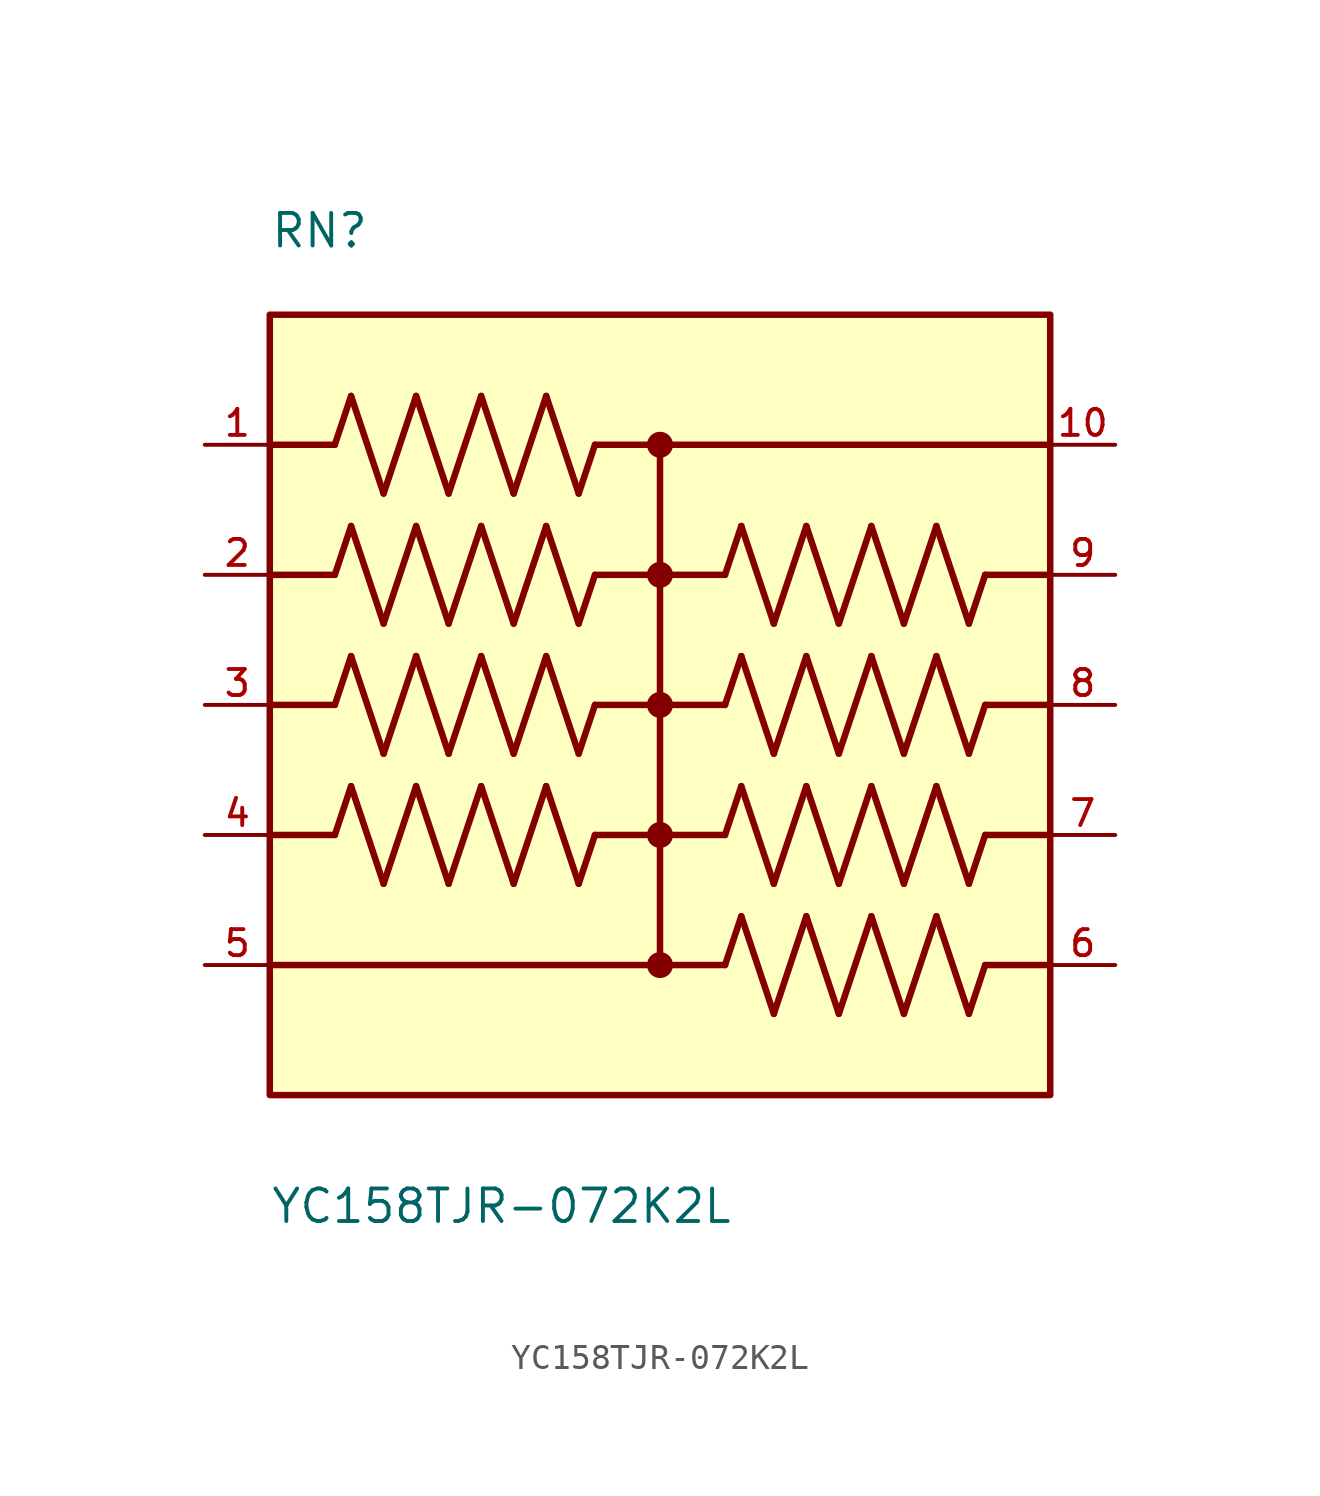
<source format=kicad_sym>
(kicad_symbol_lib
  (version 20241209)
  (generator "kicad_symbol_editor")
  (generator_version "9.0")
  (symbol "YC158TJR-072K2L"
    (pin_names
      (offset 1.016))
    (property "Reference" "RN"
      (at -15.24 17.78 0)
      (effects (font (size 1.27 1.27)) (justify left bottom)))
    (property "Value" "YC158TJR-072K2L"
      (at -15.24 -20.32 0)
      (effects (font (size 1.27 1.27)) (justify left bottom)))
    (symbol "YC158TJR-072K2L_0_0"
      (rectangle (start -15.24 -15.24) (end 15.24 15.24) (stroke (width 0.254) (type default)) (fill (type background)))
      (polyline (pts (xy -12.7 10.16) (xy -15.24 10.16)) (stroke (width 0.254) (type default)) (fill (type none)))
      (polyline (pts (xy -12.7 10.16) (xy -12.065 12.065)) (stroke (width 0.254) (type default)) (fill (type none)))
      (polyline (pts (xy -12.7 5.08) (xy -15.24 5.08)) (stroke (width 0.254) (type default)) (fill (type none)))
      (polyline (pts (xy -12.7 5.08) (xy -12.065 6.985)) (stroke (width 0.254) (type default)) (fill (type none)))
      (polyline (pts (xy -12.7 0) (xy -15.24 0)) (stroke (width 0.254) (type default)) (fill (type none)))
      (polyline (pts (xy -12.7 0) (xy -12.065 1.905)) (stroke (width 0.254) (type default)) (fill (type none)))
      (polyline (pts (xy -12.7 -5.08) (xy -15.24 -5.08)) (stroke (width 0.254) (type default)) (fill (type none)))
      (polyline (pts (xy -12.7 -5.08) (xy -12.065 -3.175)) (stroke (width 0.254) (type default)) (fill (type none)))
      (polyline (pts (xy -12.065 12.065) (xy -10.795 8.255)) (stroke (width 0.254) (type default)) (fill (type none)))
      (polyline (pts (xy -12.065 6.985) (xy -10.795 3.175)) (stroke (width 0.254) (type default)) (fill (type none)))
      (polyline (pts (xy -12.065 1.905) (xy -10.795 -1.905)) (stroke (width 0.254) (type default)) (fill (type none)))
      (polyline (pts (xy -12.065 -3.175) (xy -10.795 -6.985)) (stroke (width 0.254) (type default)) (fill (type none)))
      (polyline (pts (xy -10.795 8.255) (xy -9.525 12.065)) (stroke (width 0.254) (type default)) (fill (type none)))
      (polyline (pts (xy -10.795 3.175) (xy -9.525 6.985)) (stroke (width 0.254) (type default)) (fill (type none)))
      (polyline (pts (xy -10.795 -1.905) (xy -9.525 1.905)) (stroke (width 0.254) (type default)) (fill (type none)))
      (polyline (pts (xy -10.795 -6.985) (xy -9.525 -3.175)) (stroke (width 0.254) (type default)) (fill (type none)))
      (polyline (pts (xy -9.525 12.065) (xy -8.255 8.255)) (stroke (width 0.254) (type default)) (fill (type none)))
      (polyline (pts (xy -9.525 6.985) (xy -8.255 3.175)) (stroke (width 0.254) (type default)) (fill (type none)))
      (polyline (pts (xy -9.525 1.905) (xy -8.255 -1.905)) (stroke (width 0.254) (type default)) (fill (type none)))
      (polyline (pts (xy -9.525 -3.175) (xy -8.255 -6.985)) (stroke (width 0.254) (type default)) (fill (type none)))
      (polyline (pts (xy -8.255 8.255) (xy -6.985 12.065)) (stroke (width 0.254) (type default)) (fill (type none)))
      (polyline (pts (xy -8.255 3.175) (xy -6.985 6.985)) (stroke (width 0.254) (type default)) (fill (type none)))
      (polyline (pts (xy -8.255 -1.905) (xy -6.985 1.905)) (stroke (width 0.254) (type default)) (fill (type none)))
      (polyline (pts (xy -8.255 -6.985) (xy -6.985 -3.175)) (stroke (width 0.254) (type default)) (fill (type none)))
      (polyline (pts (xy -6.985 12.065) (xy -5.715 8.255)) (stroke (width 0.254) (type default)) (fill (type none)))
      (polyline (pts (xy -6.985 6.985) (xy -5.715 3.175)) (stroke (width 0.254) (type default)) (fill (type none)))
      (polyline (pts (xy -6.985 1.905) (xy -5.715 -1.905)) (stroke (width 0.254) (type default)) (fill (type none)))
      (polyline (pts (xy -6.985 -3.175) (xy -5.715 -6.985)) (stroke (width 0.254) (type default)) (fill (type none)))
      (polyline (pts (xy -5.715 8.255) (xy -4.445 12.065)) (stroke (width 0.254) (type default)) (fill (type none)))
      (polyline (pts (xy -5.715 3.175) (xy -4.445 6.985)) (stroke (width 0.254) (type default)) (fill (type none)))
      (polyline (pts (xy -5.715 -1.905) (xy -4.445 1.905)) (stroke (width 0.254) (type default)) (fill (type none)))
      (polyline (pts (xy -5.715 -6.985) (xy -4.445 -3.175)) (stroke (width 0.254) (type default)) (fill (type none)))
      (polyline (pts (xy -4.445 12.065) (xy -3.175 8.255)) (stroke (width 0.254) (type default)) (fill (type none)))
      (polyline (pts (xy -4.445 6.985) (xy -3.175 3.175)) (stroke (width 0.254) (type default)) (fill (type none)))
      (polyline (pts (xy -4.445 1.905) (xy -3.175 -1.905)) (stroke (width 0.254) (type default)) (fill (type none)))
      (polyline (pts (xy -4.445 -3.175) (xy -3.175 -6.985)) (stroke (width 0.254) (type default)) (fill (type none)))
      (polyline (pts (xy -3.175 8.255) (xy -2.54 10.16)) (stroke (width 0.254) (type default)) (fill (type none)))
      (polyline (pts (xy -3.175 3.175) (xy -2.54 5.08)) (stroke (width 0.254) (type default)) (fill (type none)))
      (polyline (pts (xy -3.175 -1.905) (xy -2.54 0)) (stroke (width 0.254) (type default)) (fill (type none)))
      (polyline (pts (xy -3.175 -6.985) (xy -2.54 -5.08)) (stroke (width 0.254) (type default)) (fill (type none)))
      (polyline (pts (xy -2.54 10.16) (xy 0 10.16)) (stroke (width 0.254) (type default)) (fill (type none)))
      (polyline (pts (xy -2.54 5.08) (xy 2.54 5.08)) (stroke (width 0.254) (type default)) (fill (type none)))
      (circle (center 0 10.16) (radius 0.254) (stroke (width 0.508) (type default)) (fill (type none)))
      (polyline (pts (xy 0 10.16) (xy 0 -10.16)) (stroke (width 0.254) (type default)) (fill (type none)))
      (polyline (pts (xy 0 10.16) (xy 15.24 10.16)) (stroke (width 0.254) (type default)) (fill (type none)))
      (circle (center 0 5.08) (radius 0.254) (stroke (width 0.508) (type default)) (fill (type none)))
      (circle (center 0 0) (radius 0.254) (stroke (width 0.508) (type default)) (fill (type none)))
      (circle (center 0 -5.08) (radius 0.254) (stroke (width 0.508) (type default)) (fill (type none)))
      (polyline (pts (xy 0 -10.16) (xy -15.24 -10.16)) (stroke (width 0.254) (type default)) (fill (type none)))
      (circle (center 0 -10.16) (radius 0.254) (stroke (width 0.508) (type default)) (fill (type none)))
      (polyline (pts (xy 2.54 5.08) (xy 3.175 6.985)) (stroke (width 0.254) (type default)) (fill (type none)))
      (polyline (pts (xy 2.54 0) (xy -2.54 0)) (stroke (width 0.254) (type default)) (fill (type none)))
      (polyline (pts (xy 2.54 0) (xy 3.175 1.905)) (stroke (width 0.254) (type default)) (fill (type none)))
      (polyline (pts (xy 2.54 -5.08) (xy -2.54 -5.08)) (stroke (width 0.254) (type default)) (fill (type none)))
      (polyline (pts (xy 2.54 -5.08) (xy 3.175 -3.175)) (stroke (width 0.254) (type default)) (fill (type none)))
      (polyline (pts (xy 2.54 -10.16) (xy 0 -10.16)) (stroke (width 0.254) (type default)) (fill (type none)))
      (polyline (pts (xy 2.54 -10.16) (xy 3.175 -8.255)) (stroke (width 0.254) (type default)) (fill (type none)))
      (polyline (pts (xy 3.175 6.985) (xy 4.445 3.175)) (stroke (width 0.254) (type default)) (fill (type none)))
      (polyline (pts (xy 3.175 1.905) (xy 4.445 -1.905)) (stroke (width 0.254) (type default)) (fill (type none)))
      (polyline (pts (xy 3.175 -3.175) (xy 4.445 -6.985)) (stroke (width 0.254) (type default)) (fill (type none)))
      (polyline (pts (xy 3.175 -8.255) (xy 4.445 -12.065)) (stroke (width 0.254) (type default)) (fill (type none)))
      (polyline (pts (xy 4.445 3.175) (xy 5.715 6.985)) (stroke (width 0.254) (type default)) (fill (type none)))
      (polyline (pts (xy 4.445 -1.905) (xy 5.715 1.905)) (stroke (width 0.254) (type default)) (fill (type none)))
      (polyline (pts (xy 4.445 -6.985) (xy 5.715 -3.175)) (stroke (width 0.254) (type default)) (fill (type none)))
      (polyline (pts (xy 4.445 -12.065) (xy 5.715 -8.255)) (stroke (width 0.254) (type default)) (fill (type none)))
      (polyline (pts (xy 5.715 6.985) (xy 6.985 3.175)) (stroke (width 0.254) (type default)) (fill (type none)))
      (polyline (pts (xy 5.715 1.905) (xy 6.985 -1.905)) (stroke (width 0.254) (type default)) (fill (type none)))
      (polyline (pts (xy 5.715 -3.175) (xy 6.985 -6.985)) (stroke (width 0.254) (type default)) (fill (type none)))
      (polyline (pts (xy 5.715 -8.255) (xy 6.985 -12.065)) (stroke (width 0.254) (type default)) (fill (type none)))
      (polyline (pts (xy 6.985 3.175) (xy 8.255 6.985)) (stroke (width 0.254) (type default)) (fill (type none)))
      (polyline (pts (xy 6.985 -1.905) (xy 8.255 1.905)) (stroke (width 0.254) (type default)) (fill (type none)))
      (polyline (pts (xy 6.985 -6.985) (xy 8.255 -3.175)) (stroke (width 0.254) (type default)) (fill (type none)))
      (polyline (pts (xy 6.985 -12.065) (xy 8.255 -8.255)) (stroke (width 0.254) (type default)) (fill (type none)))
      (polyline (pts (xy 8.255 6.985) (xy 9.525 3.175)) (stroke (width 0.254) (type default)) (fill (type none)))
      (polyline (pts (xy 8.255 1.905) (xy 9.525 -1.905)) (stroke (width 0.254) (type default)) (fill (type none)))
      (polyline (pts (xy 8.255 -3.175) (xy 9.525 -6.985)) (stroke (width 0.254) (type default)) (fill (type none)))
      (polyline (pts (xy 8.255 -8.255) (xy 9.525 -12.065)) (stroke (width 0.254) (type default)) (fill (type none)))
      (polyline (pts (xy 9.525 3.175) (xy 10.795 6.985)) (stroke (width 0.254) (type default)) (fill (type none)))
      (polyline (pts (xy 9.525 -1.905) (xy 10.795 1.905)) (stroke (width 0.254) (type default)) (fill (type none)))
      (polyline (pts (xy 9.525 -6.985) (xy 10.795 -3.175)) (stroke (width 0.254) (type default)) (fill (type none)))
      (polyline (pts (xy 9.525 -12.065) (xy 10.795 -8.255)) (stroke (width 0.254) (type default)) (fill (type none)))
      (polyline (pts (xy 10.795 6.985) (xy 12.065 3.175)) (stroke (width 0.254) (type default)) (fill (type none)))
      (polyline (pts (xy 10.795 1.905) (xy 12.065 -1.905)) (stroke (width 0.254) (type default)) (fill (type none)))
      (polyline (pts (xy 10.795 -3.175) (xy 12.065 -6.985)) (stroke (width 0.254) (type default)) (fill (type none)))
      (polyline (pts (xy 10.795 -8.255) (xy 12.065 -12.065)) (stroke (width 0.254) (type default)) (fill (type none)))
      (polyline (pts (xy 12.065 3.175) (xy 12.7 5.08)) (stroke (width 0.254) (type default)) (fill (type none)))
      (polyline (pts (xy 12.065 -1.905) (xy 12.7 0)) (stroke (width 0.254) (type default)) (fill (type none)))
      (polyline (pts (xy 12.065 -6.985) (xy 12.7 -5.08)) (stroke (width 0.254) (type default)) (fill (type none)))
      (polyline (pts (xy 12.065 -12.065) (xy 12.7 -10.16)) (stroke (width 0.254) (type default)) (fill (type none)))
      (polyline (pts (xy 15.24 5.08) (xy 12.7 5.08)) (stroke (width 0.254) (type default)) (fill (type none)))
      (polyline (pts (xy 15.24 0) (xy 12.7 0)) (stroke (width 0.254) (type default)) (fill (type none)))
      (polyline (pts (xy 15.24 -5.08) (xy 12.7 -5.08)) (stroke (width 0.254) (type default)) (fill (type none)))
      (polyline (pts (xy 15.24 -10.16) (xy 12.7 -10.16)) (stroke (width 0.254) (type default)) (fill (type none)))
      (pin passive line (at -17.78 10.16 0) (length 2.54) (name "~" (effects (font (size 1.016 1.016)))) (number "1" (effects (font (size 1.016 1.016)))))
      (pin passive line (at -17.78 5.08 0) (length 2.54) (name "~" (effects (font (size 1.016 1.016)))) (number "2" (effects (font (size 1.016 1.016)))))
      (pin passive line (at -17.78 0 0) (length 2.54) (name "~" (effects (font (size 1.016 1.016)))) (number "3" (effects (font (size 1.016 1.016)))))
      (pin passive line (at -17.78 -5.08 0) (length 2.54) (name "~" (effects (font (size 1.016 1.016)))) (number "4" (effects (font (size 1.016 1.016)))))
      (pin passive line (at -17.78 -10.16 0) (length 2.54) (name "~" (effects (font (size 1.016 1.016)))) (number "5" (effects (font (size 1.016 1.016)))))
      (pin passive line (at 17.78 10.16 180) (length 2.54) (name "~" (effects (font (size 1.016 1.016)))) (number "10" (effects (font (size 1.016 1.016)))))
      (pin passive line (at 17.78 5.08 180) (length 2.54) (name "~" (effects (font (size 1.016 1.016)))) (number "9" (effects (font (size 1.016 1.016)))))
      (pin passive line (at 17.78 0 180) (length 2.54) (name "~" (effects (font (size 1.016 1.016)))) (number "8" (effects (font (size 1.016 1.016)))))
      (pin passive line (at 17.78 -5.08 180) (length 2.54) (name "~" (effects (font (size 1.016 1.016)))) (number "7" (effects (font (size 1.016 1.016)))))
      (pin passive line (at 17.78 -10.16 180) (length 2.54) (name "~" (effects (font (size 1.016 1.016)))) (number "6" (effects (font (size 1.016 1.016))))))))
</source>
